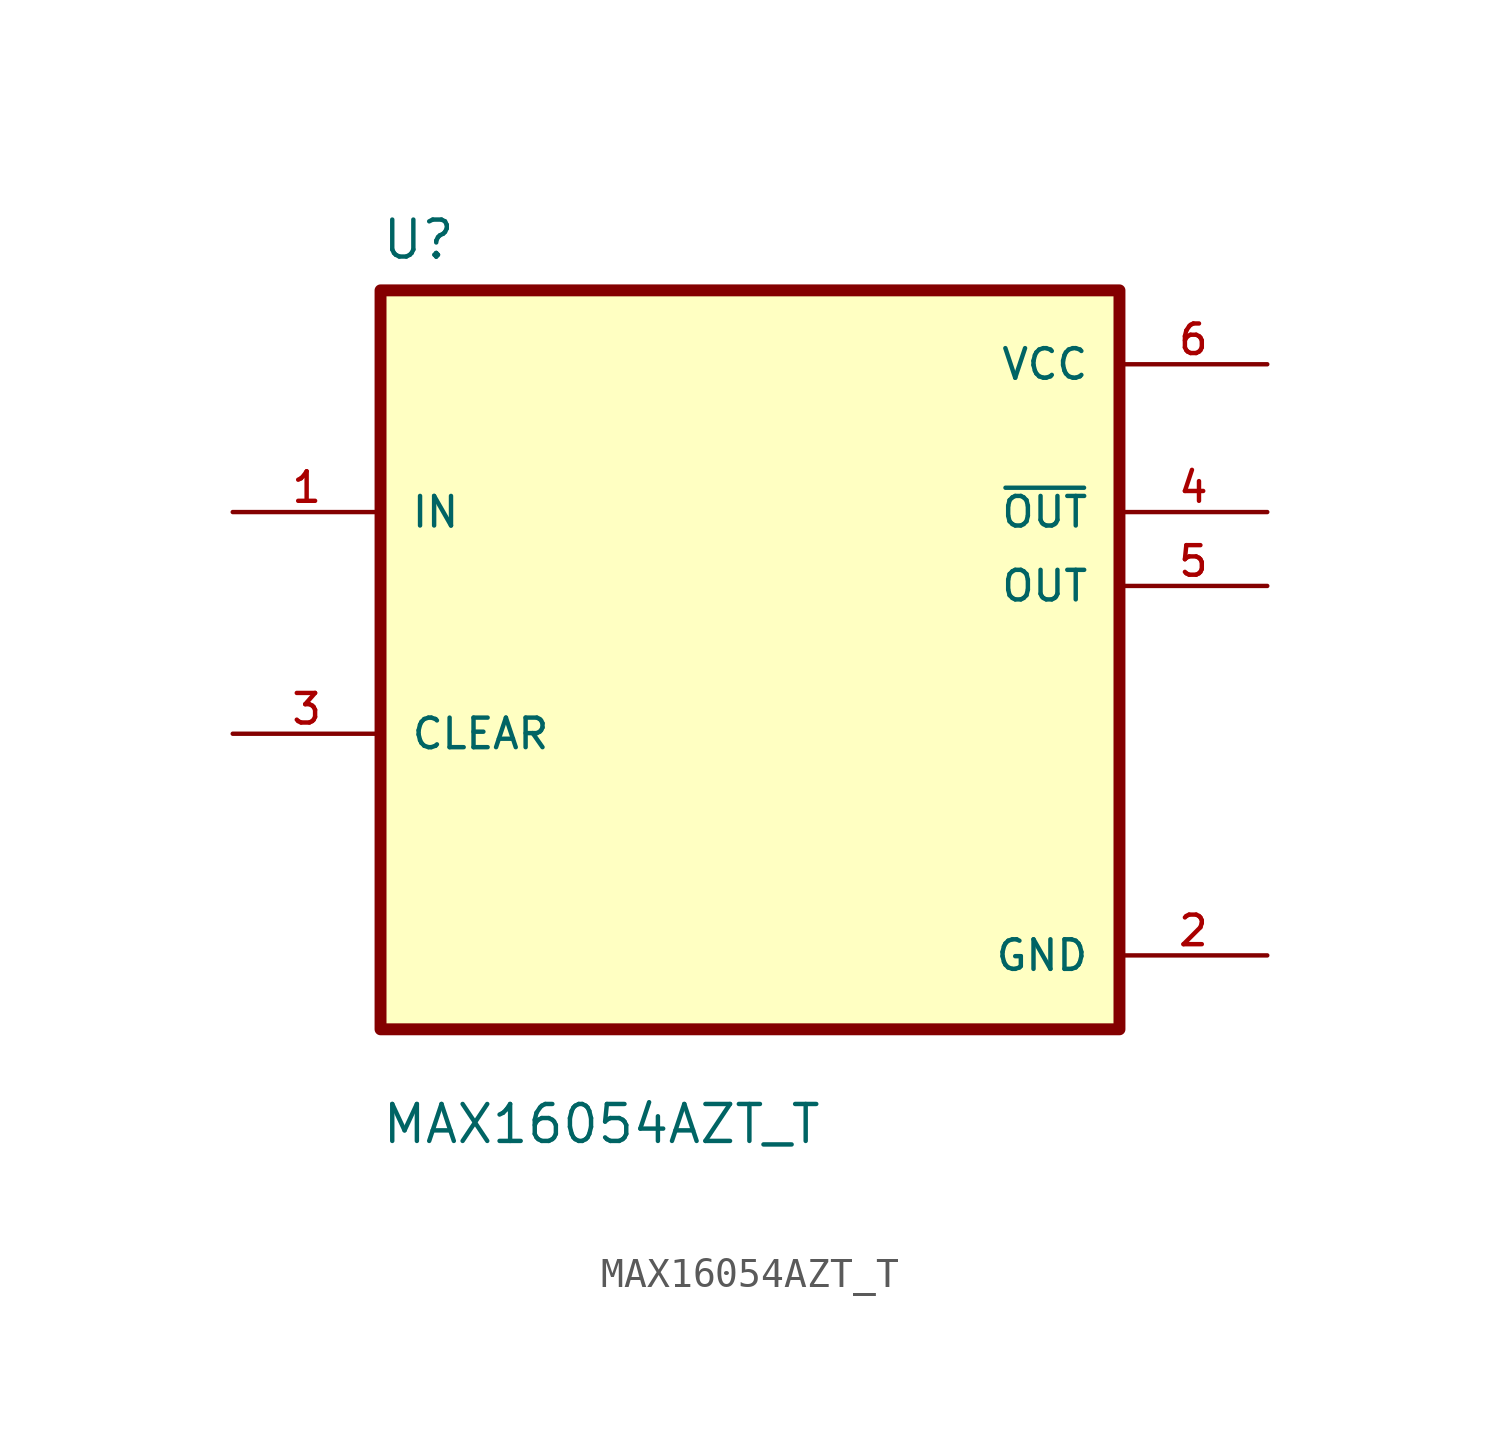
<source format=kicad_sym>
(kicad_symbol_lib
  (version 20211014)
  (generator kicad_symbol_editor)
  (symbol "MAX16054AZT_T"
    (pin_names
      (offset 1.016))
    (property "Reference" "U"
      (at -12.7 13.7 0.0)
      (effects (font (size 1.27 1.27)) (justify bottom left)))
    (property "Value" "MAX16054AZT_T"
      (at -12.7 -16.7 0.0)
      (effects (font (size 1.27 1.27)) (justify bottom left)))
    (symbol "MAX16054AZT_T_0_0"
      (rectangle (start -12.7 -12.7) (end 12.7 12.7) (stroke (width 0.41)) (fill (type background)))
      (pin input line (at -17.78 5.08 0) (length 5.08) (name "IN" (effects (font (size 1.016 1.016)))) (number "1" (effects (font (size 1.016 1.016)))))
      (pin bidirectional line (at -17.78 -2.54 0) (length 5.08) (name "CLEAR" (effects (font (size 1.016 1.016)))) (number "3" (effects (font (size 1.016 1.016)))))
      (pin power_in line (at 17.78 10.16 180.0) (length 5.08) (name "VCC" (effects (font (size 1.016 1.016)))) (number "6" (effects (font (size 1.016 1.016)))))
      (pin output line (at 17.78 5.08 180.0) (length 5.08) (name "~{OUT}" (effects (font (size 1.016 1.016)))) (number "4" (effects (font (size 1.016 1.016)))))
      (pin output line (at 17.78 2.54 180.0) (length 5.08) (name "OUT" (effects (font (size 1.016 1.016)))) (number "5" (effects (font (size 1.016 1.016)))))
      (pin power_in line (at 17.78 -10.16 180.0) (length 5.08) (name "GND" (effects (font (size 1.016 1.016)))) (number "2" (effects (font (size 1.016 1.016))))))))
</source>
